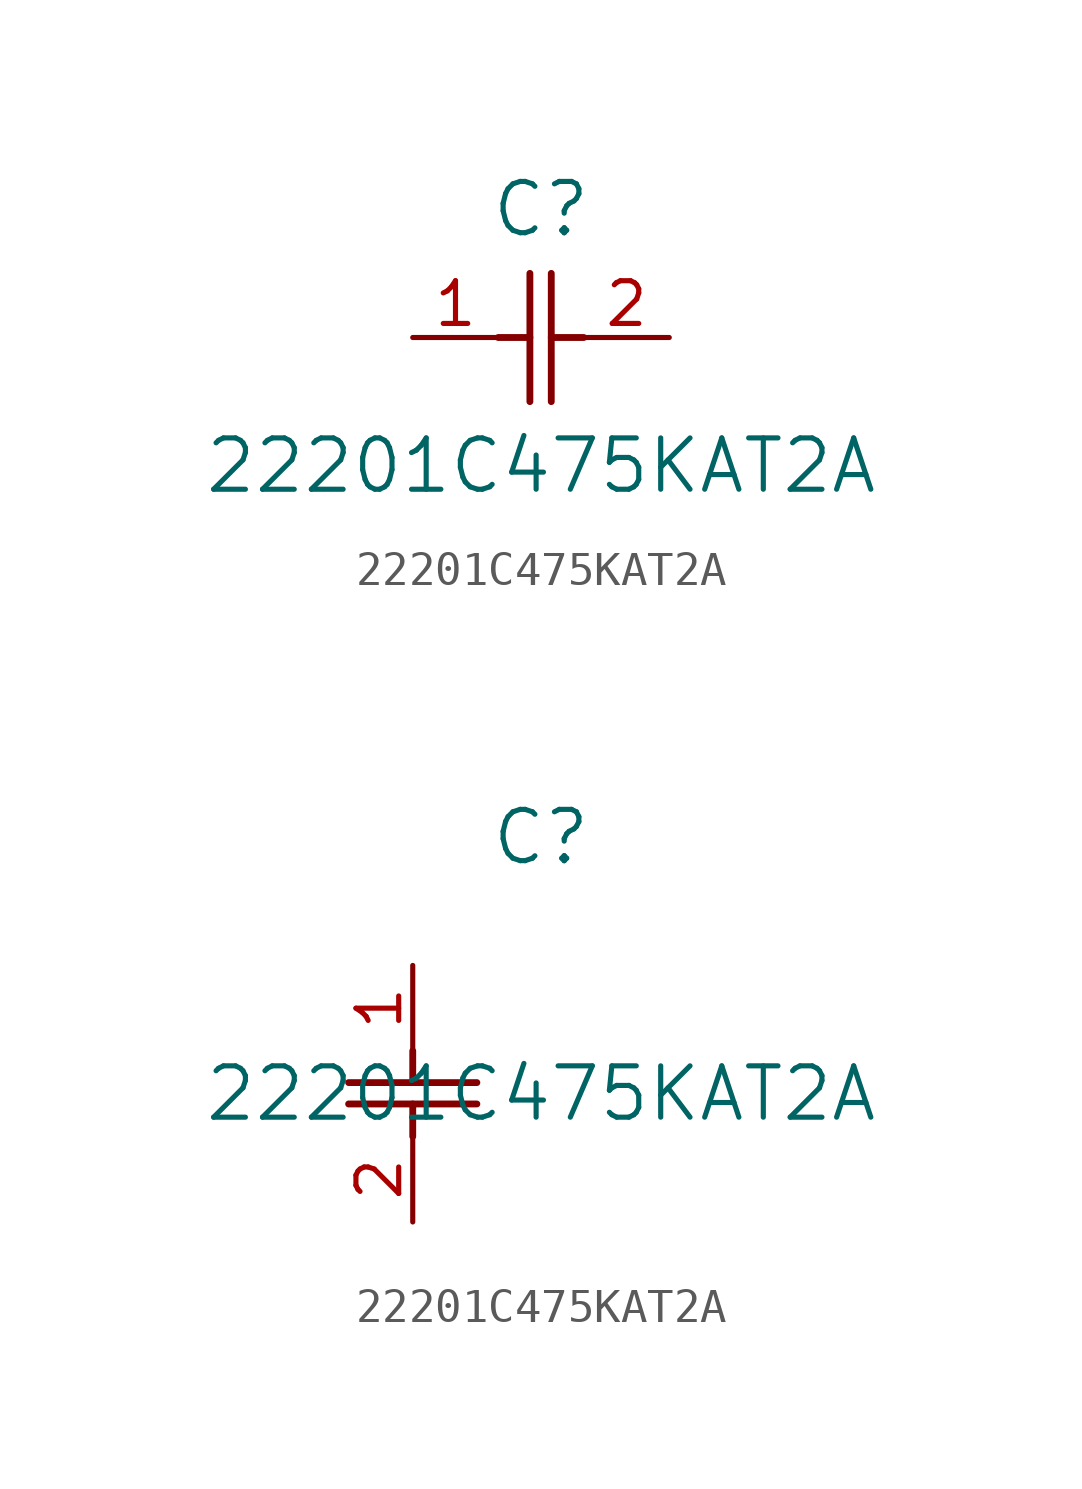
<source format=kicad_sym>
(kicad_symbol_lib
  (version 20211014)
  (generator kicad_symbol_editor)
  (symbol "22201C475KAT2A"
    (pin_names
      (offset 0.254))
    (property "Reference" "C"
      (at 3.81 3.81 0)
      (effects (font (size 1.524 1.524))))
    (property "Value" "22201C475KAT2A"
      (at 3.81 -3.81 0)
      (effects (font (size 1.524 1.524))))
    (symbol "22201C475KAT2A_1_1"
      (polyline (pts (xy 3.48 -1.905) (xy 3.48 1.905)) (stroke (width 0.203) (type default) (color 0 0 0 0)) (fill (type none)))
      (polyline (pts (xy 4.115 -1.905) (xy 4.115 1.905)) (stroke (width 0.203) (type default) (color 0 0 0 0)) (fill (type none)))
      (polyline (pts (xy 4.115 0) (xy 5.08 0)) (stroke (width 0.203) (type default) (color 0 0 0 0)) (fill (type none)))
      (polyline (pts (xy 2.54 0) (xy 3.48 0)) (stroke (width 0.203) (type default) (color 0 0 0 0)) (fill (type none)))
      (pin unspecified line (at 0 0 0) (length 2.54) (name "" (effects (font (size 1.27 1.27)))) (number "1" (effects (font (size 1.27 1.27)))))
      (pin unspecified line (at 7.62 0 180) (length 2.54) (name "" (effects (font (size 1.27 1.27)))) (number "2" (effects (font (size 1.27 1.27))))))
    (symbol "22201C475KAT2A_1_2"
      (polyline (pts (xy -1.905 -3.48) (xy 1.905 -3.48)) (stroke (width 0.203) (type default) (color 0 0 0 0)) (fill (type none)))
      (polyline (pts (xy -1.905 -4.115) (xy 1.905 -4.115)) (stroke (width 0.203) (type default) (color 0 0 0 0)) (fill (type none)))
      (polyline (pts (xy 0 -4.115) (xy 0 -5.08)) (stroke (width 0.203) (type default) (color 0 0 0 0)) (fill (type none)))
      (polyline (pts (xy 0 -2.54) (xy 0 -3.48)) (stroke (width 0.203) (type default) (color 0 0 0 0)) (fill (type none)))
      (pin unspecified line (at 0 0 270) (length 2.54) (name "" (effects (font (size 1.27 1.27)))) (number "1" (effects (font (size 1.27 1.27)))))
      (pin unspecified line (at 0 -7.62 90) (length 2.54) (name "" (effects (font (size 1.27 1.27)))) (number "2" (effects (font (size 1.27 1.27))))))))
</source>
